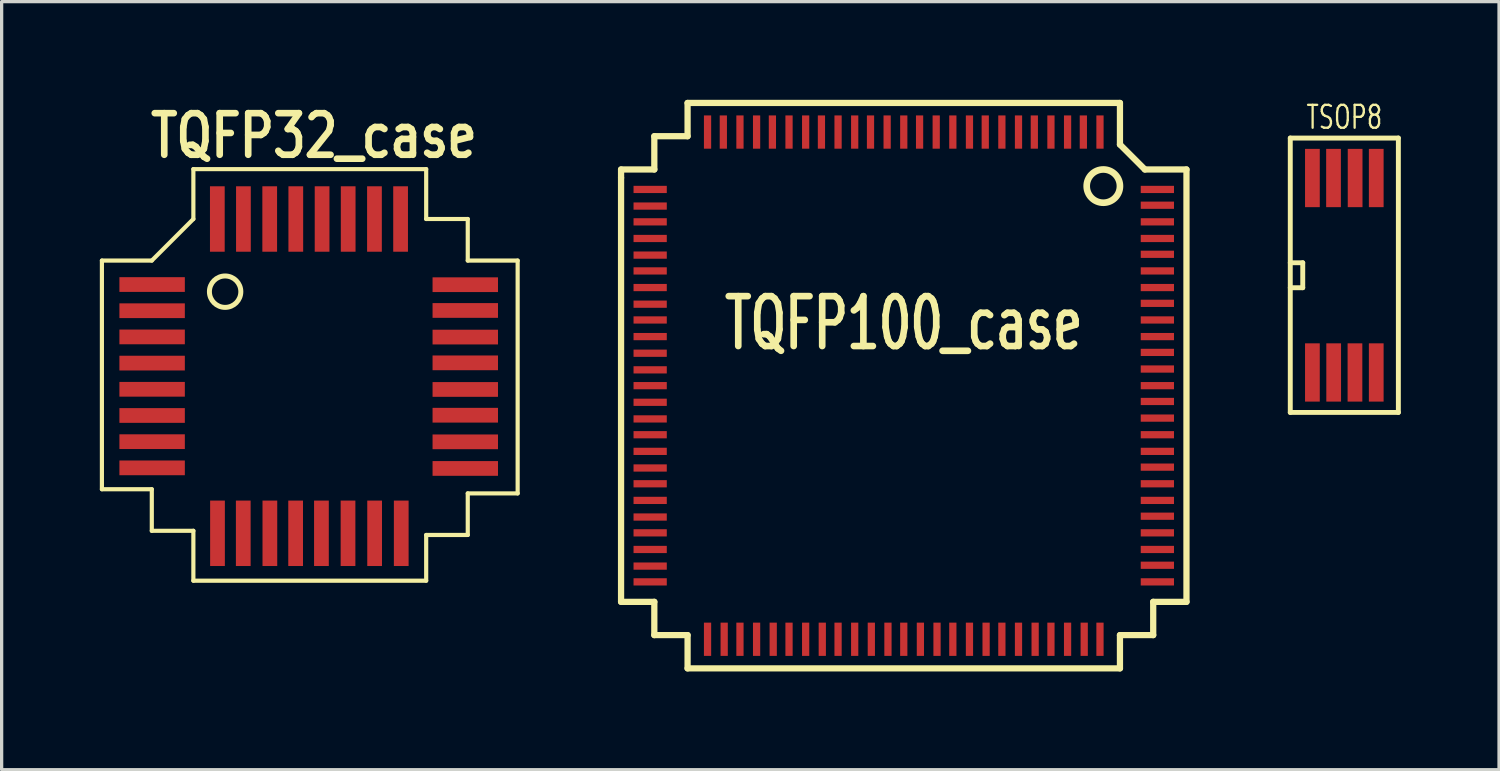
<source format=kicad_pcb>
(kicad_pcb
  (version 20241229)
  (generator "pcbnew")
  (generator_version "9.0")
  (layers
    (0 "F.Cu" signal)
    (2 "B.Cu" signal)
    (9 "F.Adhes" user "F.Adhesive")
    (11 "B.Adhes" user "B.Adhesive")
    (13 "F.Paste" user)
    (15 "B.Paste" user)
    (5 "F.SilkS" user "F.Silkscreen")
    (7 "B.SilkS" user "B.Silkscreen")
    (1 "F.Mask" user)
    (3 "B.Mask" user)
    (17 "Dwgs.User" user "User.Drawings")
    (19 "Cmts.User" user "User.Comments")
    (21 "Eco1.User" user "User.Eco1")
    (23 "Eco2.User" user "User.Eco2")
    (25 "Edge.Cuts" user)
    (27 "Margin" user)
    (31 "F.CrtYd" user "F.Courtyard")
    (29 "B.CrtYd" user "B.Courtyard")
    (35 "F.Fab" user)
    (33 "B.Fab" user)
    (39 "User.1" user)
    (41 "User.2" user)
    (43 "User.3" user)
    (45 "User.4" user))
  (footprint "TQFP100_case"
    (layer "F.Cu")
    (at 24.558 8.731)
    (property "Reference" "TQFP100_case" (at 0 -1.905 0) (layer "F.SilkS") (effects (font (size 1.524 1.016) (thickness 0.203))))
    (attr smd)
    (fp_line (start -8.636 -6.604) (end -7.62 -6.604) (stroke (width 0.191) (type solid)) (layer "F.SilkS"))
    (fp_line (start -8.636 -6.35) (end -8.636 -6.604) (stroke (width 0.191) (type solid)) (layer "F.SilkS"))
    (fp_line (start -8.636 -6.35) (end -8.636 6.604) (stroke (width 0.191) (type solid)) (layer "F.SilkS"))
    (fp_line (start -8.636 6.604) (end -7.62 6.604) (stroke (width 0.191) (type solid)) (layer "F.SilkS"))
    (fp_line (start -7.62 -6.604) (end -7.62 -7.62) (stroke (width 0.191) (type solid)) (layer "F.SilkS"))
    (fp_line (start -7.62 6.604) (end -7.62 7.62) (stroke (width 0.191) (type solid)) (layer "F.SilkS"))
    (fp_line (start -7.62 7.62) (end -6.604 7.62) (stroke (width 0.191) (type solid)) (layer "F.SilkS"))
    (fp_line (start -6.604 -8.636) (end -6.604 -7.62) (stroke (width 0.191) (type solid)) (layer "F.SilkS"))
    (fp_line (start -6.604 -7.62) (end -7.62 -7.62) (stroke (width 0.191) (type solid)) (layer "F.SilkS"))
    (fp_line (start -6.604 7.62) (end -6.604 8.636) (stroke (width 0.191) (type solid)) (layer "F.SilkS"))
    (fp_line (start -6.604 8.636) (end 6.604 8.636) (stroke (width 0.191) (type solid)) (layer "F.SilkS"))
    (fp_line (start 6.604 -8.636) (end -6.604 -8.636) (stroke (width 0.191) (type solid)) (layer "F.SilkS"))
    (fp_line (start 6.604 -7.366) (end 6.604 -8.636) (stroke (width 0.191) (type solid)) (layer "F.SilkS"))
    (fp_line (start 6.604 7.62) (end 7.62 7.62) (stroke (width 0.191) (type solid)) (layer "F.SilkS"))
    (fp_line (start 6.604 8.636) (end 6.604 7.62) (stroke (width 0.191) (type solid)) (layer "F.SilkS"))
    (fp_line (start 7.366 -6.604) (end 6.604 -7.366) (stroke (width 0.191) (type solid)) (layer "F.SilkS"))
    (fp_line (start 7.62 6.604) (end 8.636 6.604) (stroke (width 0.191) (type solid)) (layer "F.SilkS"))
    (fp_line (start 7.62 7.62) (end 7.62 6.604) (stroke (width 0.191) (type solid)) (layer "F.SilkS"))
    (fp_line (start 8.636 -6.604) (end 7.366 -6.604) (stroke (width 0.191) (type solid)) (layer "F.SilkS"))
    (fp_line (start 8.636 6.604) (end 8.636 -6.604) (stroke (width 0.191) (type solid)) (layer "F.SilkS"))
    (fp_circle (center 6.096 -6.096) (end 6.096 -6.604) (stroke (width 0.203) (type solid)) (fill no) (layer "F.SilkS"))
    (pad "1" smd rect (at 5.994 -7.747) (size 0.221 1.016) (layers "F.Cu" "F.Mask" "F.Paste"))
    (pad "2" smd rect (at 5.486 -7.747) (size 0.221 1.016) (layers "F.Cu" "F.Mask" "F.Paste"))
    (pad "3" smd rect (at 5.004 -7.747) (size 0.221 1.016) (layers "F.Cu" "F.Mask" "F.Paste"))
    (pad "4" smd rect (at 4.496 -7.747) (size 0.221 1.016) (layers "F.Cu" "F.Mask" "F.Paste"))
    (pad "5" smd rect (at 3.988 -7.747) (size 0.221 1.016) (layers "F.Cu" "F.Mask" "F.Paste"))
    (pad "6" smd rect (at 3.505 -7.747) (size 0.221 1.016) (layers "F.Cu" "F.Mask" "F.Paste"))
    (pad "7" smd rect (at 2.997 -7.747) (size 0.221 1.016) (layers "F.Cu" "F.Mask" "F.Paste"))
    (pad "8" smd rect (at 2.489 -7.747) (size 0.221 1.016) (layers "F.Cu" "F.Mask" "F.Paste"))
    (pad "9" smd rect (at 2.007 -7.747) (size 0.221 1.016) (layers "F.Cu" "F.Mask" "F.Paste"))
    (pad "10" smd rect (at 1.499 -7.747) (size 0.221 1.016) (layers "F.Cu" "F.Mask" "F.Paste"))
    (pad "11" smd rect (at 0.991 -7.747) (size 0.221 1.016) (layers "F.Cu" "F.Mask" "F.Paste"))
    (pad "12" smd rect (at 0.483 -7.747) (size 0.221 1.016) (layers "F.Cu" "F.Mask" "F.Paste"))
    (pad "13" smd rect (at 0 -7.747) (size 0.221 1.016) (layers "F.Cu" "F.Mask" "F.Paste"))
    (pad "14" smd rect (at -0.508 -7.747) (size 0.221 1.016) (layers "F.Cu" "F.Mask" "F.Paste"))
    (pad "15" smd rect (at -1.016 -7.747) (size 0.221 1.016) (layers "F.Cu" "F.Mask" "F.Paste"))
    (pad "16" smd rect (at -1.499 -7.747) (size 0.221 1.016) (layers "F.Cu" "F.Mask" "F.Paste"))
    (pad "17" smd rect (at -2.007 -7.747) (size 0.221 1.016) (layers "F.Cu" "F.Mask" "F.Paste"))
    (pad "18" smd rect (at -2.515 -7.747) (size 0.221 1.016) (layers "F.Cu" "F.Mask" "F.Paste"))
    (pad "19" smd rect (at -2.997 -7.747) (size 0.221 1.016) (layers "F.Cu" "F.Mask" "F.Paste"))
    (pad "20" smd rect (at -3.505 -7.747) (size 0.221 1.016) (layers "F.Cu" "F.Mask" "F.Paste"))
    (pad "21" smd rect (at -4.013 -7.747) (size 0.221 1.016) (layers "F.Cu" "F.Mask" "F.Paste"))
    (pad "22" smd rect (at -4.496 -7.747) (size 0.221 1.016) (layers "F.Cu" "F.Mask" "F.Paste"))
    (pad "23" smd rect (at -5.004 -7.747) (size 0.221 1.016) (layers "F.Cu" "F.Mask" "F.Paste"))
    (pad "24" smd rect (at -5.512 -7.747) (size 0.221 1.016) (layers "F.Cu" "F.Mask" "F.Paste"))
    (pad "25" smd rect (at -5.994 -7.747) (size 0.221 1.016) (layers "F.Cu" "F.Mask" "F.Paste"))
    (pad "26" smd rect (at -7.747 -5.994) (size 1.016 0.221) (layers "F.Cu" "F.Mask" "F.Paste"))
    (pad "27" smd rect (at -7.747 -5.486) (size 1.016 0.221) (layers "F.Cu" "F.Mask" "F.Paste"))
    (pad "28" smd rect (at -7.747 -5.004) (size 1.016 0.221) (layers "F.Cu" "F.Mask" "F.Paste"))
    (pad "29" smd rect (at -7.747 -4.496) (size 1.016 0.221) (layers "F.Cu" "F.Mask" "F.Paste"))
    (pad "30" smd rect (at -7.747 -3.988) (size 1.016 0.221) (layers "F.Cu" "F.Mask" "F.Paste"))
    (pad "31" smd rect (at -7.747 -3.505) (size 1.016 0.221) (layers "F.Cu" "F.Mask" "F.Paste"))
    (pad "32" smd rect (at -7.747 -2.997) (size 1.016 0.221) (layers "F.Cu" "F.Mask" "F.Paste"))
    (pad "33" smd rect (at -7.747 -2.489) (size 1.016 0.221) (layers "F.Cu" "F.Mask" "F.Paste"))
    (pad "34" smd rect (at -7.747 -2.007) (size 1.016 0.221) (layers "F.Cu" "F.Mask" "F.Paste"))
    (pad "35" smd rect (at -7.747 -1.499) (size 1.016 0.221) (layers "F.Cu" "F.Mask" "F.Paste"))
    (pad "36" smd rect (at -7.747 -0.991) (size 1.016 0.221) (layers "F.Cu" "F.Mask" "F.Paste"))
    (pad "37" smd rect (at -7.747 -0.483) (size 1.016 0.221) (layers "F.Cu" "F.Mask" "F.Paste"))
    (pad "38" smd rect (at -7.747 0) (size 1.016 0.221) (layers "F.Cu" "F.Mask" "F.Paste"))
    (pad "39" smd rect (at -7.747 0.508) (size 1.016 0.221) (layers "F.Cu" "F.Mask" "F.Paste"))
    (pad "40" smd rect (at -7.747 1.016) (size 1.016 0.221) (layers "F.Cu" "F.Mask" "F.Paste"))
    (pad "41" smd rect (at -7.747 1.499) (size 1.016 0.221) (layers "F.Cu" "F.Mask" "F.Paste"))
    (pad "42" smd rect (at -7.747 2.007) (size 1.016 0.221) (layers "F.Cu" "F.Mask" "F.Paste"))
    (pad "43" smd rect (at -7.747 2.515) (size 1.016 0.221) (layers "F.Cu" "F.Mask" "F.Paste"))
    (pad "44" smd rect (at -7.747 2.997) (size 1.016 0.221) (layers "F.Cu" "F.Mask" "F.Paste"))
    (pad "45" smd rect (at -7.747 3.505) (size 1.016 0.221) (layers "F.Cu" "F.Mask" "F.Paste"))
    (pad "46" smd rect (at -7.747 4.013) (size 1.016 0.221) (layers "F.Cu" "F.Mask" "F.Paste"))
    (pad "47" smd rect (at -7.747 4.496) (size 1.016 0.221) (layers "F.Cu" "F.Mask" "F.Paste"))
    (pad "48" smd rect (at -7.747 5.004) (size 1.016 0.221) (layers "F.Cu" "F.Mask" "F.Paste"))
    (pad "49" smd rect (at -7.747 5.512) (size 1.016 0.221) (layers "F.Cu" "F.Mask" "F.Paste"))
    (pad "50" smd rect (at -7.747 5.994) (size 1.016 0.221) (layers "F.Cu" "F.Mask" "F.Paste"))
    (pad "51" smd rect (at -5.994 7.747) (size 0.221 1.016) (layers "F.Cu" "F.Mask" "F.Paste"))
    (pad "52" smd rect (at -5.486 7.747) (size 0.221 1.016) (layers "F.Cu" "F.Mask" "F.Paste"))
    (pad "53" smd rect (at -5.004 7.747) (size 0.221 1.016) (layers "F.Cu" "F.Mask" "F.Paste"))
    (pad "54" smd rect (at -4.496 7.747) (size 0.221 1.016) (layers "F.Cu" "F.Mask" "F.Paste"))
    (pad "55" smd rect (at -3.988 7.747) (size 0.221 1.016) (layers "F.Cu" "F.Mask" "F.Paste"))
    (pad "56" smd rect (at -3.505 7.747) (size 0.221 1.016) (layers "F.Cu" "F.Mask" "F.Paste"))
    (pad "57" smd rect (at -2.997 7.747) (size 0.221 1.016) (layers "F.Cu" "F.Mask" "F.Paste"))
    (pad "58" smd rect (at -2.489 7.747) (size 0.221 1.016) (layers "F.Cu" "F.Mask" "F.Paste"))
    (pad "59" smd rect (at -2.007 7.747) (size 0.221 1.016) (layers "F.Cu" "F.Mask" "F.Paste"))
    (pad "60" smd rect (at -1.499 7.747) (size 0.221 1.016) (layers "F.Cu" "F.Mask" "F.Paste"))
    (pad "61" smd rect (at -0.991 7.747) (size 0.221 1.016) (layers "F.Cu" "F.Mask" "F.Paste"))
    (pad "62" smd rect (at -0.483 7.747) (size 0.221 1.016) (layers "F.Cu" "F.Mask" "F.Paste"))
    (pad "63" smd rect (at 0 7.747) (size 0.221 1.016) (layers "F.Cu" "F.Mask" "F.Paste"))
    (pad "64" smd rect (at 0.508 7.747) (size 0.221 1.016) (layers "F.Cu" "F.Mask" "F.Paste"))
    (pad "65" smd rect (at 1.016 7.747) (size 0.221 1.016) (layers "F.Cu" "F.Mask" "F.Paste"))
    (pad "66" smd rect (at 1.499 7.747) (size 0.221 1.016) (layers "F.Cu" "F.Mask" "F.Paste"))
    (pad "67" smd rect (at 2.007 7.747) (size 0.221 1.016) (layers "F.Cu" "F.Mask" "F.Paste"))
    (pad "68" smd rect (at 2.515 7.747) (size 0.221 1.016) (layers "F.Cu" "F.Mask" "F.Paste"))
    (pad "69" smd rect (at 2.997 7.747) (size 0.221 1.016) (layers "F.Cu" "F.Mask" "F.Paste"))
    (pad "70" smd rect (at 3.505 7.747) (size 0.221 1.016) (layers "F.Cu" "F.Mask" "F.Paste"))
    (pad "71" smd rect (at 4.013 7.747) (size 0.221 1.016) (layers "F.Cu" "F.Mask" "F.Paste"))
    (pad "72" smd rect (at 4.496 7.747) (size 0.221 1.016) (layers "F.Cu" "F.Mask" "F.Paste"))
    (pad "73" smd rect (at 5.004 7.747) (size 0.221 1.016) (layers "F.Cu" "F.Mask" "F.Paste"))
    (pad "74" smd rect (at 5.512 7.747) (size 0.221 1.016) (layers "F.Cu" "F.Mask" "F.Paste"))
    (pad "75" smd rect (at 5.994 7.747) (size 0.221 1.016) (layers "F.Cu" "F.Mask" "F.Paste"))
    (pad "76" smd rect (at 7.747 5.994) (size 1.016 0.221) (layers "F.Cu" "F.Mask" "F.Paste"))
    (pad "77" smd rect (at 7.747 5.486) (size 1.016 0.221) (layers "F.Cu" "F.Mask" "F.Paste"))
    (pad "78" smd rect (at 7.747 5.004) (size 1.016 0.221) (layers "F.Cu" "F.Mask" "F.Paste"))
    (pad "79" smd rect (at 7.747 4.496) (size 1.016 0.221) (layers "F.Cu" "F.Mask" "F.Paste"))
    (pad "80" smd rect (at 7.747 3.988) (size 1.016 0.221) (layers "F.Cu" "F.Mask" "F.Paste"))
    (pad "81" smd rect (at 7.747 3.505) (size 1.016 0.221) (layers "F.Cu" "F.Mask" "F.Paste"))
    (pad "82" smd rect (at 7.747 2.997) (size 1.016 0.221) (layers "F.Cu" "F.Mask" "F.Paste"))
    (pad "83" smd rect (at 7.747 2.489) (size 1.016 0.221) (layers "F.Cu" "F.Mask" "F.Paste"))
    (pad "84" smd rect (at 7.747 2.007) (size 1.016 0.221) (layers "F.Cu" "F.Mask" "F.Paste"))
    (pad "85" smd rect (at 7.747 1.499) (size 1.016 0.221) (layers "F.Cu" "F.Mask" "F.Paste"))
    (pad "86" smd rect (at 7.747 0.991) (size 1.016 0.221) (layers "F.Cu" "F.Mask" "F.Paste"))
    (pad "87" smd rect (at 7.747 0.483) (size 1.016 0.221) (layers "F.Cu" "F.Mask" "F.Paste"))
    (pad "88" smd rect (at 7.747 0) (size 1.016 0.221) (layers "F.Cu" "F.Mask" "F.Paste"))
    (pad "89" smd rect (at 7.747 -0.508) (size 1.016 0.221) (layers "F.Cu" "F.Mask" "F.Paste"))
    (pad "90" smd rect (at 7.747 -1.016) (size 1.016 0.221) (layers "F.Cu" "F.Mask" "F.Paste"))
    (pad "91" smd rect (at 7.747 -1.499) (size 1.016 0.221) (layers "F.Cu" "F.Mask" "F.Paste"))
    (pad "92" smd rect (at 7.747 -2.007) (size 1.016 0.221) (layers "F.Cu" "F.Mask" "F.Paste"))
    (pad "93" smd rect (at 7.747 -2.515) (size 1.016 0.221) (layers "F.Cu" "F.Mask" "F.Paste"))
    (pad "94" smd rect (at 7.747 -2.997) (size 1.016 0.221) (layers "F.Cu" "F.Mask" "F.Paste"))
    (pad "95" smd rect (at 7.747 -3.505) (size 1.016 0.221) (layers "F.Cu" "F.Mask" "F.Paste"))
    (pad "96" smd rect (at 7.747 -4.013) (size 1.016 0.221) (layers "F.Cu" "F.Mask" "F.Paste"))
    (pad "97" smd rect (at 7.747 -4.496) (size 1.016 0.221) (layers "F.Cu" "F.Mask" "F.Paste"))
    (pad "98" smd rect (at 7.747 -5.004) (size 1.016 0.221) (layers "F.Cu" "F.Mask" "F.Paste"))
    (pad "99" smd rect (at 7.747 -5.512) (size 1.016 0.221) (layers "F.Cu" "F.Mask" "F.Paste"))
    (pad "100" smd rect (at 7.747 -5.994) (size 1.016 0.221) (layers "F.Cu" "F.Mask" "F.Paste")))
  (footprint "TSOP8"
    (layer "F.Cu")
    (at 38.016 5.358)
    (property "Reference" "TSOP8" (at 0 -4.826 0) (layer "F.SilkS") (effects (font (size 0.7 0.49) (thickness 0.07))))
    (attr smd)
    (fp_line (start -1.651 -4.191) (end 1.651 -4.191) (stroke (width 0.15) (type solid)) (layer "F.SilkS"))
    (fp_line (start -1.651 -0.381) (end -1.27 -0.381) (stroke (width 0.15) (type solid)) (layer "F.SilkS"))
    (fp_line (start -1.651 4.191) (end -1.651 -4.191) (stroke (width 0.15) (type solid)) (layer "F.SilkS"))
    (fp_line (start -1.651 4.191) (end 1.651 4.191) (stroke (width 0.15) (type solid)) (layer "F.SilkS"))
    (fp_line (start -1.27 -0.381) (end -1.27 0.381) (stroke (width 0.15) (type solid)) (layer "F.SilkS"))
    (fp_line (start -1.27 0.381) (end -1.651 0.381) (stroke (width 0.15) (type solid)) (layer "F.SilkS"))
    (fp_line (start 1.651 -4.191) (end 1.651 4.191) (stroke (width 0.15) (type solid)) (layer "F.SilkS"))
    (pad "1" smd rect (at -0.975 2.97) (size 0.45 1.78) (layers "F.Cu" "F.Mask"))
    (pad "2" smd rect (at -0.325 2.97) (size 0.45 1.78) (layers "F.Cu" "F.Mask"))
    (pad "3" smd rect (at 0.325 2.97) (size 0.45 1.78) (layers "F.Cu" "F.Mask" "F.Paste"))
    (pad "4" smd rect (at 0.975 2.97) (size 0.45 1.78) (layers "F.Cu" "F.Mask"))
    (pad "5" smd rect (at 0.975 -2.97) (size 0.45 1.78) (layers "F.Cu" "F.Mask"))
    (pad "6" smd rect (at 0.33 -2.97) (size 0.45 1.78) (layers "F.Cu" "F.Mask"))
    (pad "7" smd rect (at -0.33 -2.97) (size 0.45 1.78) (layers "F.Cu" "F.Mask"))
    (pad "8" smd rect (at -0.975 -2.97) (size 0.45 1.78) (layers "F.Cu" "F.Mask")))
  (footprint "TQFP32_case"
    (layer "F.Cu")
    (at 6.413 8.466)
    (property "Reference" "TQFP32_case" (at 0.127 -7.366 0) (layer "F.SilkS") (effects (font (size 1.27 1.016) (thickness 0.203))))
    (attr smd)
    (fp_line (start -6.35 -3.556) (end -6.35 3.429) (stroke (width 0.127) (type solid)) (layer "F.SilkS"))
    (fp_line (start -6.35 -3.556) (end -4.826 -3.556) (stroke (width 0.127) (type solid)) (layer "F.SilkS"))
    (fp_line (start -6.35 3.429) (end -4.826 3.429) (stroke (width 0.127) (type solid)) (layer "F.SilkS"))
    (fp_line (start -4.826 -3.556) (end -3.556 -4.826) (stroke (width 0.127) (type solid)) (layer "F.SilkS"))
    (fp_line (start -4.826 3.429) (end -4.826 4.699) (stroke (width 0.127) (type solid)) (layer "F.SilkS"))
    (fp_line (start -4.826 4.699) (end -3.556 4.699) (stroke (width 0.127) (type solid)) (layer "F.SilkS"))
    (fp_line (start -3.556 -6.35) (end 3.556 -6.35) (stroke (width 0.127) (type solid)) (layer "F.SilkS"))
    (fp_line (start -3.556 -4.826) (end -3.556 -6.35) (stroke (width 0.127) (type solid)) (layer "F.SilkS"))
    (fp_line (start -3.556 4.699) (end -3.556 6.223) (stroke (width 0.127) (type solid)) (layer "F.SilkS"))
    (fp_line (start -3.556 6.223) (end 3.556 6.223) (stroke (width 0.127) (type solid)) (layer "F.SilkS"))
    (fp_line (start 3.556 -4.826) (end 3.556 -6.35) (stroke (width 0.127) (type solid)) (layer "F.SilkS"))
    (fp_line (start 3.556 -4.826) (end 4.826 -4.826) (stroke (width 0.127) (type solid)) (layer "F.SilkS"))
    (fp_line (start 3.556 4.826) (end 4.826 4.826) (stroke (width 0.127) (type solid)) (layer "F.SilkS"))
    (fp_line (start 3.556 6.223) (end 3.556 4.826) (stroke (width 0.127) (type solid)) (layer "F.SilkS"))
    (fp_line (start 4.826 -4.826) (end 4.826 -3.556) (stroke (width 0.127) (type solid)) (layer "F.SilkS"))
    (fp_line (start 4.826 -3.556) (end 6.35 -3.556) (stroke (width 0.127) (type solid)) (layer "F.SilkS"))
    (fp_line (start 4.826 3.556) (end 4.826 4.826) (stroke (width 0.127) (type solid)) (layer "F.SilkS"))
    (fp_line (start 4.826 3.556) (end 6.35 3.556) (stroke (width 0.127) (type solid)) (layer "F.SilkS"))
    (fp_line (start 6.35 3.556) (end 6.35 -3.556) (stroke (width 0.127) (type solid)) (layer "F.SilkS"))
    (fp_circle (center -2.586 -2.606) (end -2.179 -2.352) (stroke (width 0.152) (type solid)) (fill no) (layer "F.SilkS"))
    (pad "1" smd rect (at -4.816 -2.824) (size 1.999 0.45) (layers "F.Cu" "F.Mask" "F.Paste"))
    (pad "2" smd rect (at -4.816 -2.024) (size 1.999 0.45) (layers "F.Cu" "F.Mask" "F.Paste"))
    (pad "3" smd rect (at -4.816 -1.224) (size 1.999 0.45) (layers "F.Cu" "F.Mask" "F.Paste"))
    (pad "4" smd rect (at -4.816 -0.424) (size 1.999 0.45) (layers "F.Cu" "F.Mask" "F.Paste"))
    (pad "5" smd rect (at -4.816 0.376) (size 1.999 0.45) (layers "F.Cu" "F.Mask" "F.Paste"))
    (pad "6" smd rect (at -4.816 1.176) (size 1.999 0.45) (layers "F.Cu" "F.Mask" "F.Paste"))
    (pad "7" smd rect (at -4.816 1.976) (size 1.999 0.45) (layers "F.Cu" "F.Mask" "F.Paste"))
    (pad "8" smd rect (at -4.816 2.776) (size 1.999 0.45) (layers "F.Cu" "F.Mask" "F.Paste"))
    (pad "9" smd rect (at -2.819 4.775) (size 0.45 1.999) (layers "F.Cu" "F.Mask" "F.Paste"))
    (pad "10" smd rect (at -2.032 4.775) (size 0.45 1.999) (layers "F.Cu" "F.Mask" "F.Paste"))
    (pad "11" smd rect (at -1.219 4.775) (size 0.45 1.999) (layers "F.Cu" "F.Mask" "F.Paste"))
    (pad "12" smd rect (at -0.432 4.775) (size 0.45 1.999) (layers "F.Cu" "F.Mask" "F.Paste"))
    (pad "13" smd rect (at 0.356 4.775) (size 0.45 1.999) (layers "F.Cu" "F.Mask" "F.Paste"))
    (pad "14" smd rect (at 1.168 4.775) (size 0.45 1.999) (layers "F.Cu" "F.Mask" "F.Paste"))
    (pad "15" smd rect (at 1.981 4.775) (size 0.45 1.999) (layers "F.Cu" "F.Mask" "F.Paste"))
    (pad "16" smd rect (at 2.794 4.775) (size 0.45 1.999) (layers "F.Cu" "F.Mask" "F.Paste"))
    (pad "17" smd rect (at 4.75 2.794) (size 1.999 0.45) (layers "F.Cu" "F.Mask" "F.Paste"))
    (pad "18" smd rect (at 4.75 1.981) (size 1.999 0.45) (layers "F.Cu" "F.Mask" "F.Paste"))
    (pad "19" smd rect (at 4.75 1.168) (size 1.999 0.45) (layers "F.Cu" "F.Mask" "F.Paste"))
    (pad "20" smd rect (at 4.75 0.381) (size 1.999 0.45) (layers "F.Cu" "F.Mask" "F.Paste"))
    (pad "21" smd rect (at 4.75 -0.432) (size 1.999 0.45) (layers "F.Cu" "F.Mask" "F.Paste"))
    (pad "22" smd rect (at 4.75 -1.219) (size 1.999 0.45) (layers "F.Cu" "F.Mask" "F.Paste"))
    (pad "23" smd rect (at 4.75 -2.032) (size 1.999 0.45) (layers "F.Cu" "F.Mask" "F.Paste"))
    (pad "24" smd rect (at 4.75 -2.819) (size 1.999 0.45) (layers "F.Cu" "F.Mask" "F.Paste"))
    (pad "25" smd rect (at 2.774 -4.826) (size 0.45 1.999) (layers "F.Cu" "F.Mask" "F.Paste"))
    (pad "26" smd rect (at 1.976 -4.826) (size 0.45 1.999) (layers "F.Cu" "F.Mask" "F.Paste"))
    (pad "27" smd rect (at 1.173 -4.826) (size 0.45 1.999) (layers "F.Cu" "F.Mask" "F.Paste"))
    (pad "28" smd rect (at 0.376 -4.826) (size 0.45 1.999) (layers "F.Cu" "F.Mask" "F.Paste"))
    (pad "29" smd rect (at -0.427 -4.826) (size 0.45 1.999) (layers "F.Cu" "F.Mask" "F.Paste"))
    (pad "30" smd rect (at -1.224 -4.826) (size 0.45 1.999) (layers "F.Cu" "F.Mask" "F.Paste"))
    (pad "31" smd rect (at -2.027 -4.826) (size 0.45 1.999) (layers "F.Cu" "F.Mask" "F.Paste"))
    (pad "32" smd rect (at -2.824 -4.826) (size 0.45 1.999) (layers "F.Cu" "F.Mask" "F.Paste")))
  (gr_rect
    (start -3 -3)
    (end 42.742 20.462)
    (stroke (width 0.1) (type default))
    (fill no)
    (layer "Edge.Cuts")))
</source>
